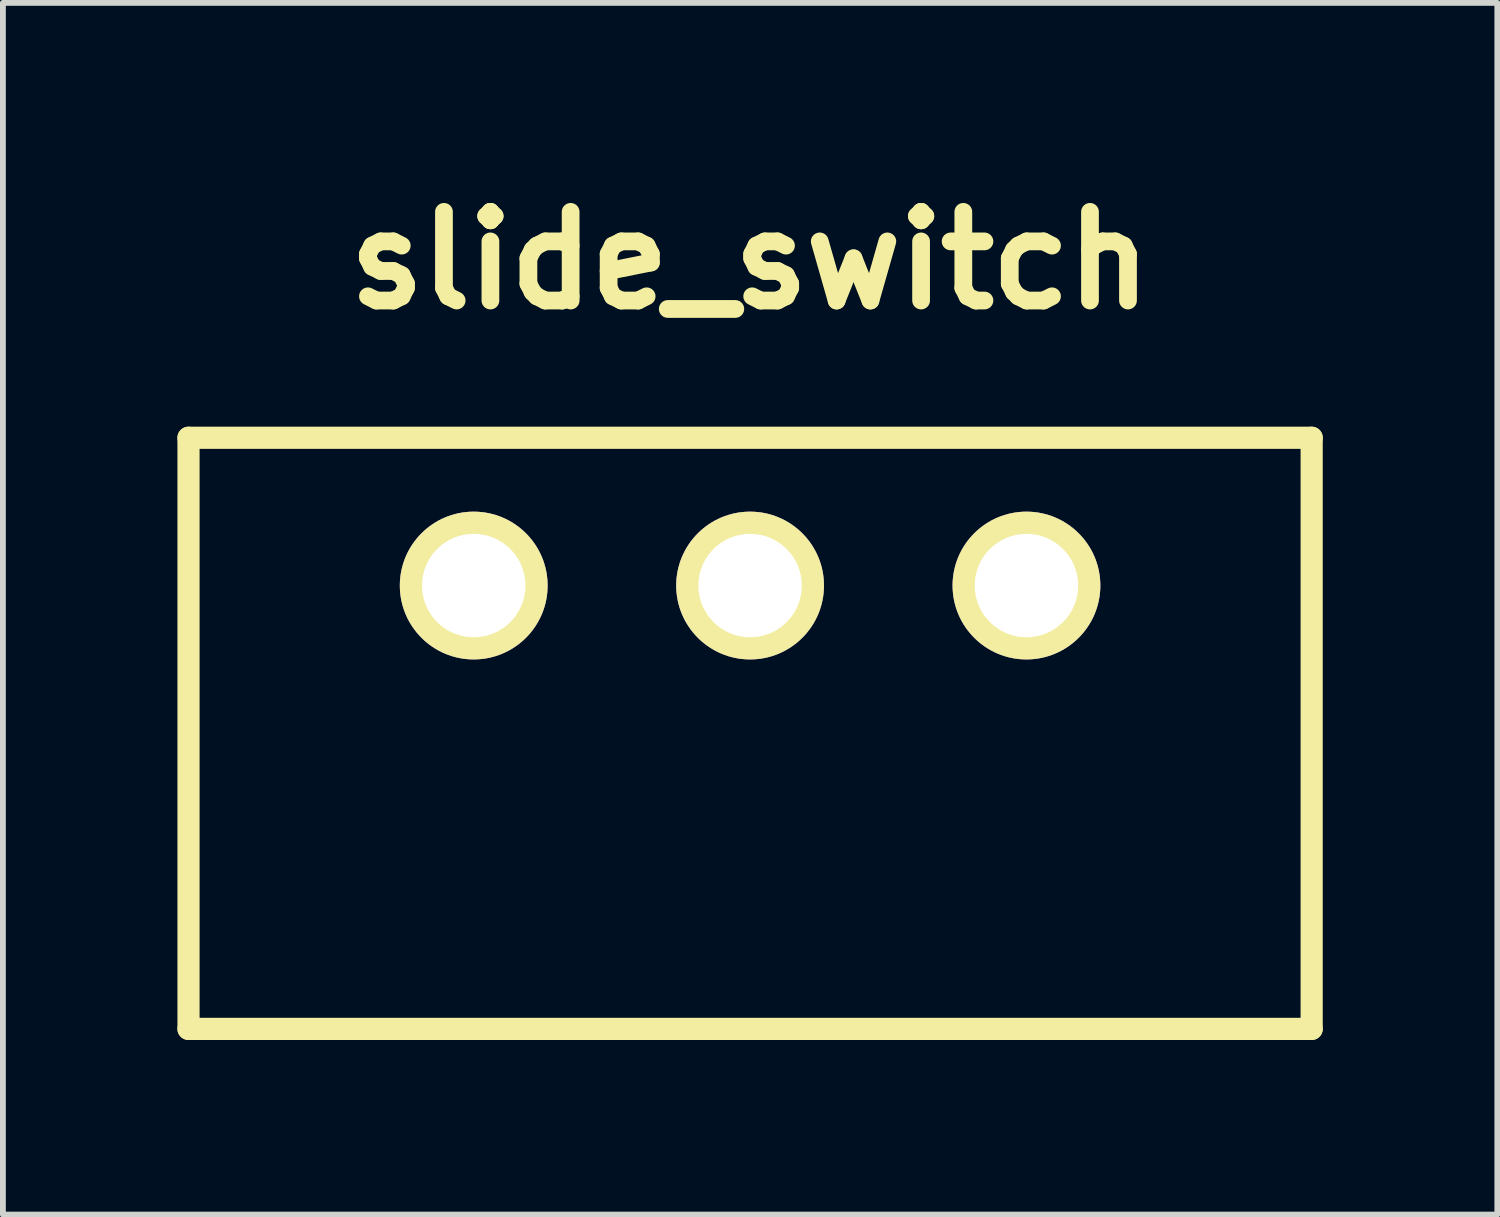
<source format=kicad_pcb>
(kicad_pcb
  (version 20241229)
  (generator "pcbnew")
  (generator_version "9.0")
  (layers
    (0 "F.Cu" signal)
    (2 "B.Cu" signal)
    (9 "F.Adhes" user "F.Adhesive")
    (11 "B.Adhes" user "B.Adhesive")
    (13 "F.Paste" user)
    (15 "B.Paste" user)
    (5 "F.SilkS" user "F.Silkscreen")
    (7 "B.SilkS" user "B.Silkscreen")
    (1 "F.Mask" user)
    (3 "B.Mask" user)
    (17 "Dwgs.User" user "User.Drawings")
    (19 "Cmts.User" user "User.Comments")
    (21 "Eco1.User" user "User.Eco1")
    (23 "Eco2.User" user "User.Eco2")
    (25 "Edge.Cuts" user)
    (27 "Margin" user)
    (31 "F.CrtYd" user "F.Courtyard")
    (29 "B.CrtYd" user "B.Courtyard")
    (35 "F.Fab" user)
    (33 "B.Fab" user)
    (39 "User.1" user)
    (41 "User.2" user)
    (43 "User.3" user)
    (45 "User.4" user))
  (footprint "slide_switch"
    (layer "F.Cu")
    (at 9.842 9.554)
    (property "Reference" "slide_switch" (at 0 -8.128 0) (layer "F.SilkS") (effects (font (size 1.524 1.524) (thickness 0.305))))
    (attr through_hole)
    (fp_line (start -9.652 -5.08) (end 9.652 -5.08) (stroke (width 0.381) (type solid)) (layer "F.SilkS"))
    (fp_line (start -9.652 5.08) (end -9.652 -5.08) (stroke (width 0.381) (type solid)) (layer "F.SilkS"))
    (fp_line (start 9.652 -5.08) (end 9.652 5.08) (stroke (width 0.381) (type solid)) (layer "F.SilkS"))
    (fp_line (start 9.652 5.08) (end -9.652 5.08) (stroke (width 0.381) (type solid)) (layer "F.SilkS"))
    (pad "1" thru_hole circle (at -4.75 -2.54) (size 2.54 2.54) (drill 1.778) (layers "*.Cu" "*.Mask" "F.SilkS"))
    (pad "2" thru_hole circle (at 0 -2.54) (size 2.54 2.54) (drill 1.778) (layers "*.Cu" "*.Mask" "F.SilkS"))
    (pad "3" thru_hole circle (at 4.75 -2.54) (size 2.54 2.54) (drill 1.778) (layers "*.Cu" "*.Mask" "F.SilkS")))
  (gr_rect
    (start -3 -3)
    (end 22.685 17.825)
    (stroke (width 0.1) (type default))
    (fill no)
    (layer "Edge.Cuts")))
</source>
